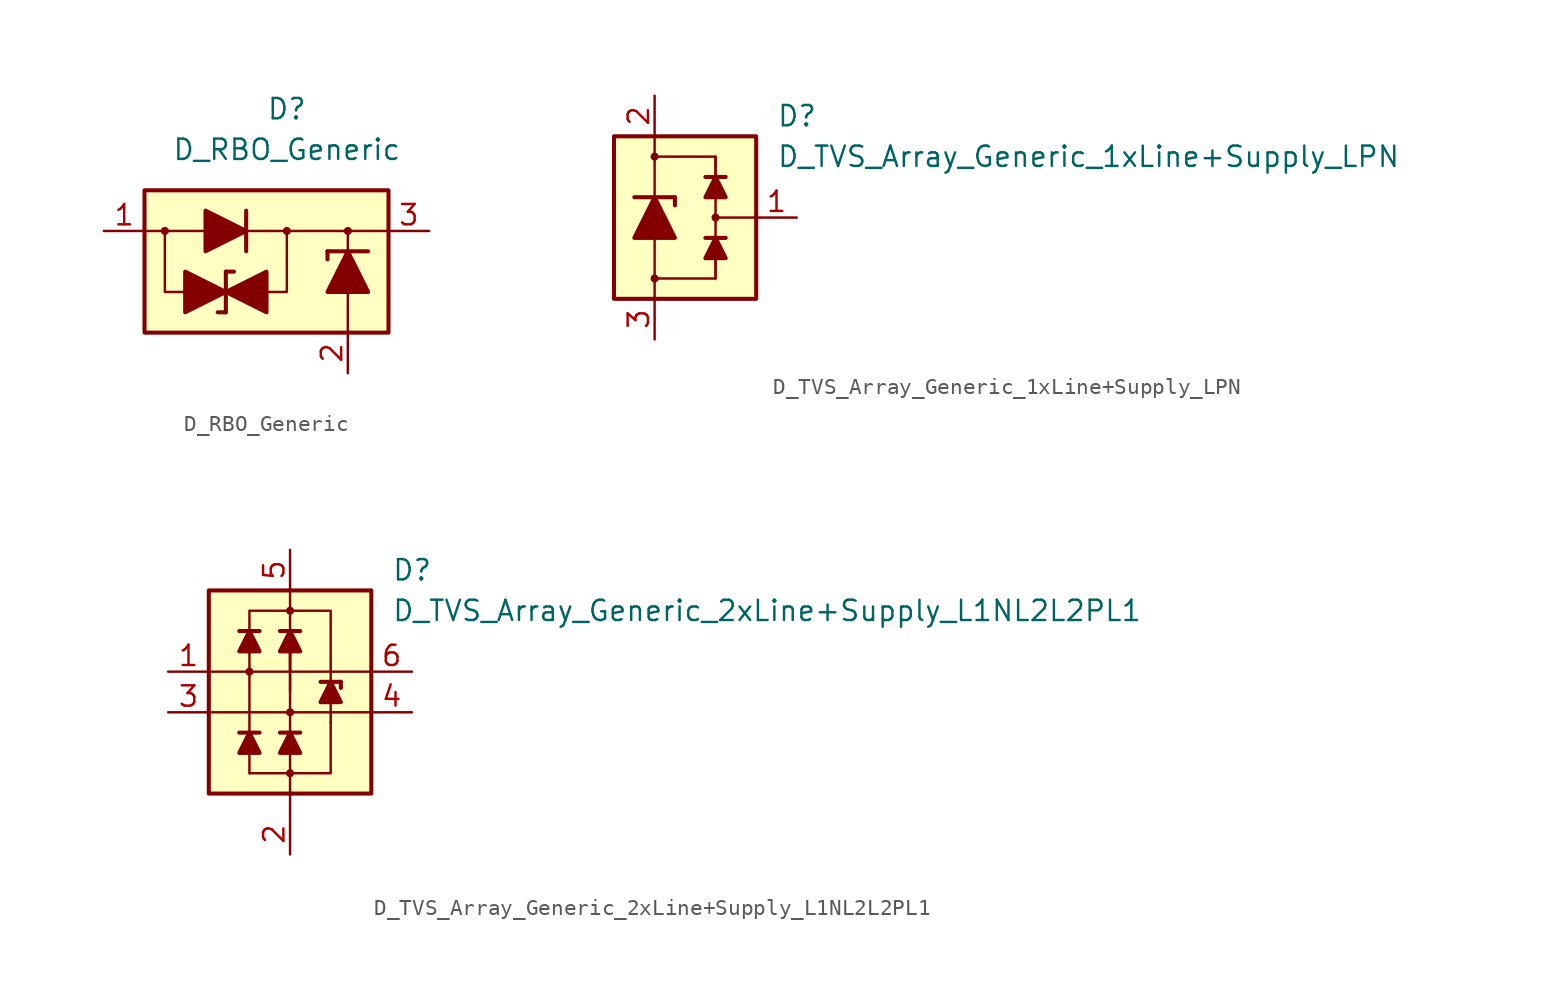
<source format=kicad_sym>
(kicad_symbol_lib
  (version 20211014)
  (generator kicad_symbol_editor)
  (symbol "D_RBO_Generic"
    (pin_names hide)
    (property "Reference" "D"
      (at 0 7.62 0)
      (effects (font (size 1.27 1.27))))
    (property "Value" "D_RBO_Generic"
      (at 0 5.08 0)
      (effects (font (size 1.27 1.27))))
    (symbol "D_RBO_Generic_0_1"
      (rectangle (start -8.89 2.54) (end 6.35 -6.35) (stroke (width 0.254) (type default) (color 0 0 0 0)) (fill (type background)))
      (polyline (pts (xy -8.89 0) (xy -3.81 0)) (stroke (width 0.152) (type default) (color 0 0 0 0)) (fill (type none)))
      (polyline (pts (xy -3.81 -5.08) (xy -4.318 -5.08)) (stroke (width 0.254) (type default) (color 0 0 0 0)) (fill (type none)))
      (polyline (pts (xy -3.81 -2.54) (xy -3.81 -5.08)) (stroke (width 0.254) (type default) (color 0 0 0 0)) (fill (type none)))
      (polyline (pts (xy -3.81 -2.54) (xy -3.302 -2.54)) (stroke (width 0.254) (type default) (color 0 0 0 0)) (fill (type none)))
      (polyline (pts (xy -3.81 0) (xy -1.27 0)) (stroke (width 0) (type default) (color 0 0 0 0)) (fill (type none)))
      (polyline (pts (xy -2.54 -1.27) (xy -2.54 1.27)) (stroke (width 0.254) (type default) (color 0 0 0 0)) (fill (type none)))
      (polyline (pts (xy -1.27 -3.81) (xy -3.81 -3.81)) (stroke (width 0) (type default) (color 0 0 0 0)) (fill (type none)))
      (polyline (pts (xy -1.27 0) (xy 6.35 0)) (stroke (width 0.152) (type default) (color 0 0 0 0)) (fill (type none)))
      (polyline (pts (xy 2.54 -1.27) (xy 2.54 -1.778)) (stroke (width 0.254) (type default) (color 0 0 0 0)) (fill (type none)))
      (polyline (pts (xy 3.81 -6.35) (xy 3.81 -3.81)) (stroke (width 0.152) (type default) (color 0 0 0 0)) (fill (type none)))
      (polyline (pts (xy 3.81 -3.81) (xy 3.81 -1.27)) (stroke (width 0) (type default) (color 0 0 0 0)) (fill (type none)))
      (polyline (pts (xy 3.81 -1.27) (xy 3.81 0)) (stroke (width 0.152) (type default) (color 0 0 0 0)) (fill (type none)))
      (polyline (pts (xy 5.08 -1.27) (xy 2.54 -1.27)) (stroke (width 0.254) (type default) (color 0 0 0 0)) (fill (type none)))
      (polyline (pts (xy -6.35 -3.81) (xy -7.62 -3.81) (xy -7.62 0)) (stroke (width 0.152) (type default) (color 0 0 0 0)) (fill (type none)))
      (polyline (pts (xy -1.27 -3.81) (xy 0 -3.81) (xy 0 0)) (stroke (width 0.152) (type default) (color 0 0 0 0)) (fill (type none)))
      (polyline (pts (xy -5.08 1.27) (xy -5.08 -1.27) (xy -2.54 0) (xy -5.08 1.27)) (stroke (width 0.254) (type default) (color 0 0 0 0)) (fill (type outline)))
      (polyline (pts (xy -3.81 -3.81) (xy -6.35 -2.54) (xy -6.35 -5.08) (xy -3.81 -3.81)) (stroke (width 0.254) (type default) (color 0 0 0 0)) (fill (type outline)))
      (polyline (pts (xy -1.27 -2.54) (xy -1.27 -5.08) (xy -3.81 -3.81) (xy -1.27 -2.54)) (stroke (width 0.254) (type default) (color 0 0 0 0)) (fill (type outline)))
      (polyline (pts (xy 2.54 -3.81) (xy 5.08 -3.81) (xy 3.81 -1.27) (xy 2.54 -3.81)) (stroke (width 0.254) (type default) (color 0 0 0 0)) (fill (type outline))))
    (symbol "D_RBO_Generic_1_1"
      (circle (center -7.62 0) (radius 0.178) (stroke (width 0) (type default) (color 0 0 0 0)) (fill (type outline)))
      (circle (center 0 0) (radius 0.178) (stroke (width 0) (type default) (color 0 0 0 0)) (fill (type outline)))
      (circle (center 3.81 0) (radius 0.178) (stroke (width 0) (type default) (color 0 0 0 0)) (fill (type outline)))
      (pin passive line (at -11.43 0 0) (length 2.54) (name "1" (effects (font (size 1.27 1.27)))) (number "1" (effects (font (size 1.27 1.27)))))
      (pin passive line (at 3.81 -8.89 90) (length 2.54) (name "2" (effects (font (size 1.27 1.27)))) (number "2" (effects (font (size 1.27 1.27)))))
      (pin passive line (at 8.89 0 180) (length 2.54) (name "3" (effects (font (size 1.27 1.27)))) (number "3" (effects (font (size 1.27 1.27)))))))
  (symbol "D_TVS_Array_Generic_1xLine+Supply_LPN"
    (pin_names
      (offset 1.016) hide)
    (property "Reference" "D"
      (at 7.62 6.35 0)
      (effects (font (size 1.27 1.27)) (justify left)))
    (property "Value" "D_TVS_Array_Generic_1xLine+Supply_LPN"
      (at 7.62 3.81 0)
      (effects (font (size 1.27 1.27)) (justify left)))
    (symbol "D_TVS_Array_Generic_1xLine+Supply_LPN_0_1"
      (rectangle (start -2.54 5.08) (end 6.35 -5.08) (stroke (width 0.254) (type default) (color 0 0 0 0)) (fill (type background)))
      (polyline (pts (xy 0 -3.81) (xy 0 -5.08)) (stroke (width 0) (type default) (color 0 0 0 0)) (fill (type none)))
      (polyline (pts (xy 0 0) (xy 0 -3.81)) (stroke (width 0) (type default) (color 0 0 0 0)) (fill (type none)))
      (polyline (pts (xy 0 0) (xy 0 5.08)) (stroke (width 0) (type default) (color 0 0 0 0)) (fill (type none)))
      (polyline (pts (xy 3.81 -1.27) (xy 3.81 1.27)) (stroke (width 0) (type default) (color 0 0 0 0)) (fill (type none)))
      (polyline (pts (xy 3.81 0) (xy 6.35 0)) (stroke (width 0) (type default) (color 0 0 0 0)) (fill (type none)))
      (polyline (pts (xy 4.445 -1.27) (xy 3.175 -1.27)) (stroke (width 0.254) (type default) (color 0 0 0 0)) (fill (type none)))
      (polyline (pts (xy 4.445 2.54) (xy 3.175 2.54)) (stroke (width 0.254) (type default) (color 0 0 0 0)) (fill (type none)))
      (polyline (pts (xy 0 -3.81) (xy 3.81 -3.81) (xy 3.81 -2.54)) (stroke (width 0.152) (type default) (color 0 0 0 0)) (fill (type none)))
      (polyline (pts (xy 0 3.81) (xy 3.81 3.81) (xy 3.81 2.54)) (stroke (width 0.152) (type default) (color 0 0 0 0)) (fill (type none)))
      (polyline (pts (xy 3.81 -1.27) (xy 4.445 -2.54) (xy 3.175 -2.54) (xy 3.81 -1.27)) (stroke (width 0.254) (type default) (color 0 0 0 0)) (fill (type outline)))
      (polyline (pts (xy 3.81 2.54) (xy 4.445 1.27) (xy 3.175 1.27) (xy 3.81 2.54)) (stroke (width 0.254) (type default) (color 0 0 0 0)) (fill (type outline)))
      (circle (center 0 3.81) (radius 0.178) (stroke (width 0) (type default) (color 0 0 0 0)) (fill (type outline)))
      (circle (center 3.81 0) (radius 0.178) (stroke (width 0) (type default) (color 0 0 0 0)) (fill (type outline))))
    (symbol "D_TVS_Array_Generic_1xLine+Supply_LPN_1_1"
      (circle (center 0 -3.81) (radius 0.178) (stroke (width 0) (type default) (color 0 0 0 0)) (fill (type outline)))
      (polyline (pts (xy -1.27 1.27) (xy 1.27 1.27)) (stroke (width 0.254) (type default) (color 0 0 0 0)) (fill (type none)))
      (polyline (pts (xy 0 -1.27) (xy 0 1.27)) (stroke (width 0) (type default) (color 0 0 0 0)) (fill (type none)))
      (polyline (pts (xy 1.27 1.27) (xy 1.27 0.762)) (stroke (width 0.254) (type default) (color 0 0 0 0)) (fill (type none)))
      (polyline (pts (xy 3.81 -3.81) (xy 3.81 -1.27)) (stroke (width 0) (type default) (color 0 0 0 0)) (fill (type none)))
      (polyline (pts (xy 3.81 1.27) (xy 3.81 3.81)) (stroke (width 0) (type default) (color 0 0 0 0)) (fill (type none)))
      (polyline (pts (xy 1.27 -1.27) (xy -1.27 -1.27) (xy 0 1.27) (xy 1.27 -1.27)) (stroke (width 0.254) (type default) (color 0 0 0 0)) (fill (type outline)))
      (pin passive line (at 8.89 0 180) (length 2.54) (name "L" (effects (font (size 1.27 1.27)))) (number "1" (effects (font (size 1.27 1.27)))))
      (pin passive line (at 0 7.62 270) (length 2.54) (name "VP" (effects (font (size 1.27 1.27)))) (number "2" (effects (font (size 1.27 1.27)))))
      (pin passive line (at 0 -7.62 90) (length 2.54) (name "VN" (effects (font (size 1.27 1.27)))) (number "3" (effects (font (size 1.27 1.27)))))))
  (symbol "D_TVS_Array_Generic_2xLine+Supply_L1NL2L2PL1"
    (pin_names
      (offset 1.016) hide)
    (property "Reference" "D"
      (at 6.35 6.35 0)
      (effects (font (size 1.27 1.27)) (justify left)))
    (property "Value" "D_TVS_Array_Generic_2xLine+Supply_L1NL2L2PL1"
      (at 6.35 3.81 0)
      (effects (font (size 1.27 1.27)) (justify left)))
    (symbol "D_TVS_Array_Generic_2xLine+Supply_L1NL2L2PL1_0_1"
      (rectangle (start -5.08 5.08) (end 5.08 -7.62) (stroke (width 0.254) (type default) (color 0 0 0 0)) (fill (type background)))
      (polyline (pts (xy -5.08 -2.54) (xy 5.08 -2.54)) (stroke (width 0) (type default) (color 0 0 0 0)) (fill (type none)))
      (polyline (pts (xy -5.08 0) (xy 5.08 0)) (stroke (width 0) (type default) (color 0 0 0 0)) (fill (type none)))
      (polyline (pts (xy -2.54 -6.35) (xy -2.54 1.27)) (stroke (width 0) (type default) (color 0 0 0 0)) (fill (type none)))
      (polyline (pts (xy -1.905 -3.81) (xy -3.175 -3.81)) (stroke (width 0.254) (type default) (color 0 0 0 0)) (fill (type none)))
      (polyline (pts (xy -1.905 2.54) (xy -3.175 2.54)) (stroke (width 0.254) (type default) (color 0 0 0 0)) (fill (type none)))
      (polyline (pts (xy 0 -8.89) (xy 0 -7.62)) (stroke (width 0) (type default) (color 0 0 0 0)) (fill (type none)))
      (polyline (pts (xy 0 -7.62) (xy 0 -6.35)) (stroke (width 0) (type default) (color 0 0 0 0)) (fill (type none)))
      (polyline (pts (xy 0 -1.27) (xy 0 1.27)) (stroke (width 0) (type default) (color 0 0 0 0)) (fill (type none)))
      (polyline (pts (xy 0 1.27) (xy 0 -3.81)) (stroke (width 0) (type default) (color 0 0 0 0)) (fill (type none)))
      (polyline (pts (xy 0 2.54) (xy 0 3.81)) (stroke (width 0) (type default) (color 0 0 0 0)) (fill (type none)))
      (polyline (pts (xy 0 5.08) (xy 0 3.81)) (stroke (width 0) (type default) (color 0 0 0 0)) (fill (type none)))
      (polyline (pts (xy 0.635 -3.81) (xy -0.635 -3.81)) (stroke (width 0.254) (type default) (color 0 0 0 0)) (fill (type none)))
      (polyline (pts (xy 0.635 2.54) (xy -0.635 2.54)) (stroke (width 0.254) (type default) (color 0 0 0 0)) (fill (type none)))
      (polyline (pts (xy 3.175 -0.635) (xy 1.905 -0.635)) (stroke (width 0.254) (type default) (color 0 0 0 0)) (fill (type none)))
      (polyline (pts (xy -2.54 -6.35) (xy -2.54 -6.35) (xy 2.54 -6.35) (xy 2.54 -3.175)) (stroke (width 0) (type default) (color 0 0 0 0)) (fill (type none)))
      (polyline (pts (xy -2.54 -3.81) (xy -1.905 -5.08) (xy -3.175 -5.08) (xy -2.54 -3.81)) (stroke (width 0.254) (type default) (color 0 0 0 0)) (fill (type outline)))
      (polyline (pts (xy -2.54 2.54) (xy -1.905 1.27) (xy -3.175 1.27) (xy -2.54 2.54)) (stroke (width 0.254) (type default) (color 0 0 0 0)) (fill (type outline)))
      (polyline (pts (xy 0 -3.81) (xy 0.635 -5.08) (xy -0.635 -5.08) (xy 0 -3.81)) (stroke (width 0.254) (type default) (color 0 0 0 0)) (fill (type outline)))
      (polyline (pts (xy 0 2.54) (xy 0.635 1.27) (xy -0.635 1.27) (xy 0 2.54)) (stroke (width 0.254) (type default) (color 0 0 0 0)) (fill (type outline)))
      (polyline (pts (xy 2.54 -0.635) (xy 2.54 3.81) (xy -2.54 3.81) (xy -2.54 2.54)) (stroke (width 0) (type default) (color 0 0 0 0)) (fill (type none)))
      (polyline (pts (xy 2.54 -0.635) (xy 3.175 -1.905) (xy 1.905 -1.905) (xy 2.54 -0.635)) (stroke (width 0.254) (type default) (color 0 0 0 0)) (fill (type outline))))
    (symbol "D_TVS_Array_Generic_2xLine+Supply_L1NL2L2PL1_1_1"
      (circle (center -2.54 0) (radius 0.178) (stroke (width 0) (type default) (color 0 0 0 0)) (fill (type outline)))
      (circle (center 0 -6.35) (radius 0.178) (stroke (width 0) (type default) (color 0 0 0 0)) (fill (type outline)))
      (circle (center 0 -2.54) (radius 0.178) (stroke (width 0) (type default) (color 0 0 0 0)) (fill (type outline)))
      (polyline (pts (xy 0 -6.35) (xy 0 -3.81)) (stroke (width 0) (type default) (color 0 0 0 0)) (fill (type none)))
      (polyline (pts (xy 0 0) (xy 0 2.54)) (stroke (width 0) (type default) (color 0 0 0 0)) (fill (type none)))
      (polyline (pts (xy 2.54 -3.175) (xy 2.54 -0.635)) (stroke (width 0) (type default) (color 0 0 0 0)) (fill (type none)))
      (polyline (pts (xy 3.175 -0.635) (xy 3.175 -1.016)) (stroke (width 0.254) (type default) (color 0 0 0 0)) (fill (type none)))
      (circle (center 0 3.81) (radius 0.178) (stroke (width 0) (type default) (color 0 0 0 0)) (fill (type outline)))
      (pin passive line (at -7.62 0 0) (length 2.54) (name "L1" (effects (font (size 1.27 1.27)))) (number "1" (effects (font (size 1.27 1.27)))))
      (pin passive line (at 0 -11.43 90) (length 2.54) (name "VN" (effects (font (size 1.27 1.27)))) (number "2" (effects (font (size 1.27 1.27)))))
      (pin passive line (at -7.62 -2.54 0) (length 2.54) (name "L2" (effects (font (size 1.27 1.27)))) (number "3" (effects (font (size 1.27 1.27)))))
      (pin passive line (at 7.62 -2.54 180) (length 2.54) (name "L2" (effects (font (size 1.27 1.27)))) (number "4" (effects (font (size 1.27 1.27)))))
      (pin passive line (at 0 7.62 270) (length 2.54) (name "VP" (effects (font (size 1.27 1.27)))) (number "5" (effects (font (size 1.27 1.27)))))
      (pin passive line (at 7.62 0 180) (length 2.54) (name "L1" (effects (font (size 1.27 1.27)))) (number "6" (effects (font (size 1.27 1.27))))))))
</source>
